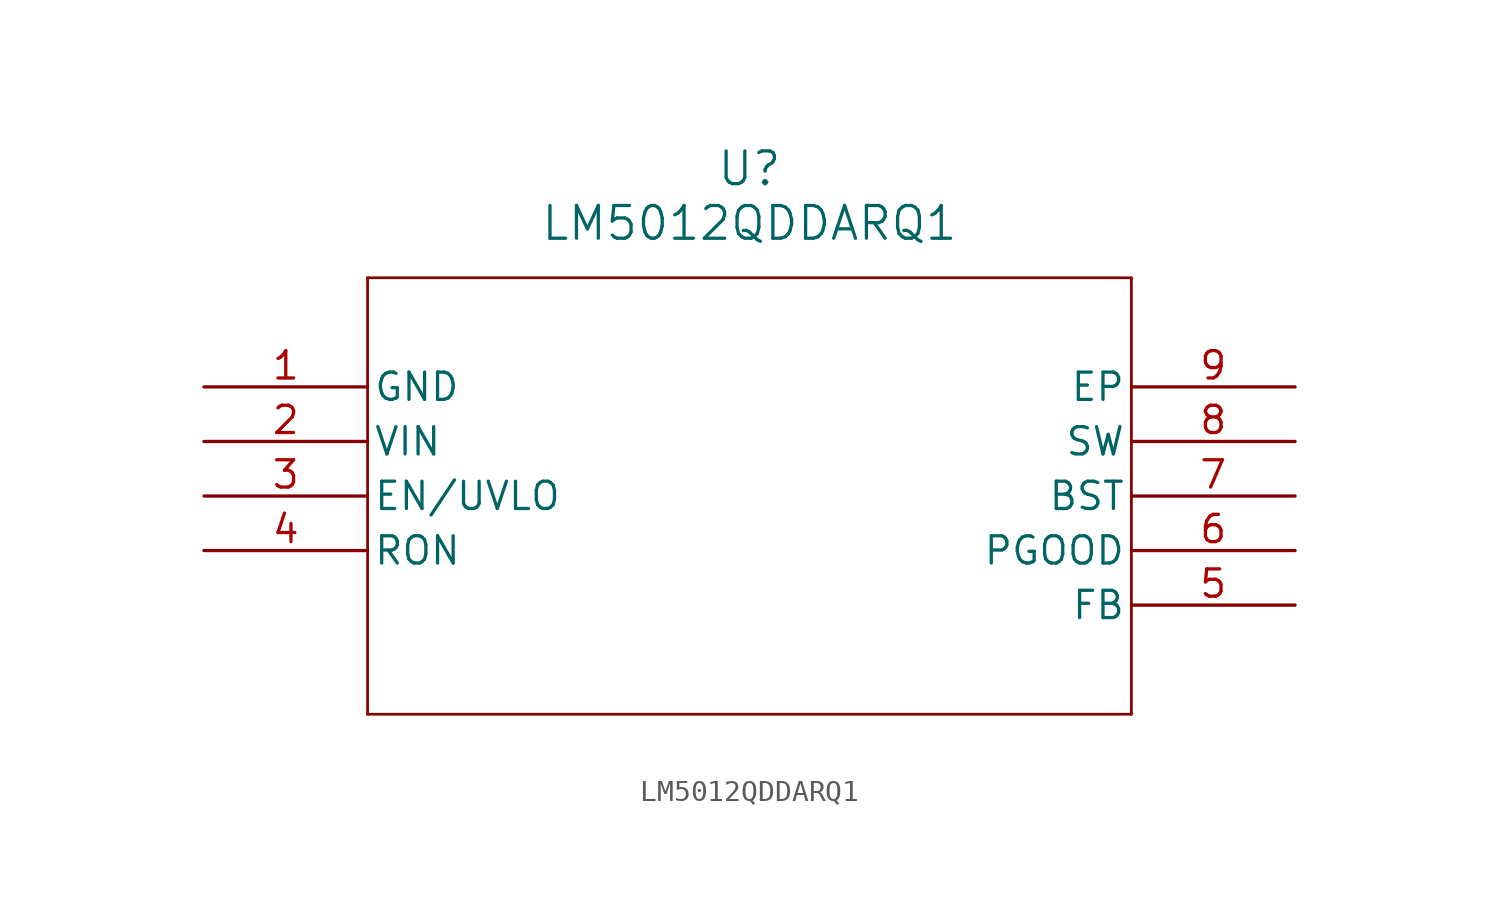
<source format=kicad_sym>
(kicad_symbol_lib
  (version 20211014)
  (generator kicad_symbol_editor)
  (symbol "LM5012QDDARQ1"
    (pin_names
      (offset 0.254))
    (property "Reference" "U"
      (at 25.4 10.16 0)
      (effects (font (size 1.524 1.524))))
    (property "Value" "LM5012QDDARQ1"
      (at 25.4 7.62 0)
      (effects (font (size 1.524 1.524))))
    (symbol "LM5012QDDARQ1_0_1"
      (polyline (pts (xy 7.62 5.08) (xy 7.62 -15.24)) (stroke (width 0.127) (type default) (color 0 0 0 0)) (fill (type none)))
      (polyline (pts (xy 7.62 -15.24) (xy 43.18 -15.24)) (stroke (width 0.127) (type default) (color 0 0 0 0)) (fill (type none)))
      (polyline (pts (xy 43.18 -15.24) (xy 43.18 5.08)) (stroke (width 0.127) (type default) (color 0 0 0 0)) (fill (type none)))
      (polyline (pts (xy 43.18 5.08) (xy 7.62 5.08)) (stroke (width 0.127) (type default) (color 0 0 0 0)) (fill (type none)))
      (pin power_out line (at 0 0 0) (length 7.62) (name "GND" (effects (font (size 1.27 1.27)))) (number "1" (effects (font (size 1.27 1.27)))))
      (pin power_in line (at 0 -2.54 0) (length 7.62) (name "VIN" (effects (font (size 1.27 1.27)))) (number "2" (effects (font (size 1.27 1.27)))))
      (pin input line (at 0 -5.08 0) (length 7.62) (name "EN/UVLO" (effects (font (size 1.27 1.27)))) (number "3" (effects (font (size 1.27 1.27)))))
      (pin input line (at 0 -7.62 0) (length 7.62) (name "RON" (effects (font (size 1.27 1.27)))) (number "4" (effects (font (size 1.27 1.27)))))
      (pin input line (at 50.8 -10.16 180) (length 7.62) (name "FB" (effects (font (size 1.27 1.27)))) (number "5" (effects (font (size 1.27 1.27)))))
      (pin output line (at 50.8 -7.62 180) (length 7.62) (name "PGOOD" (effects (font (size 1.27 1.27)))) (number "6" (effects (font (size 1.27 1.27)))))
      (pin power_in line (at 50.8 -5.08 180) (length 7.62) (name "BST" (effects (font (size 1.27 1.27)))) (number "7" (effects (font (size 1.27 1.27)))))
      (pin power_in line (at 50.8 -2.54 180) (length 7.62) (name "SW" (effects (font (size 1.27 1.27)))) (number "8" (effects (font (size 1.27 1.27)))))
      (pin power_out line (at 50.8 0 180) (length 7.62) (name "EP" (effects (font (size 1.27 1.27)))) (number "9" (effects (font (size 1.27 1.27))))))))
</source>
